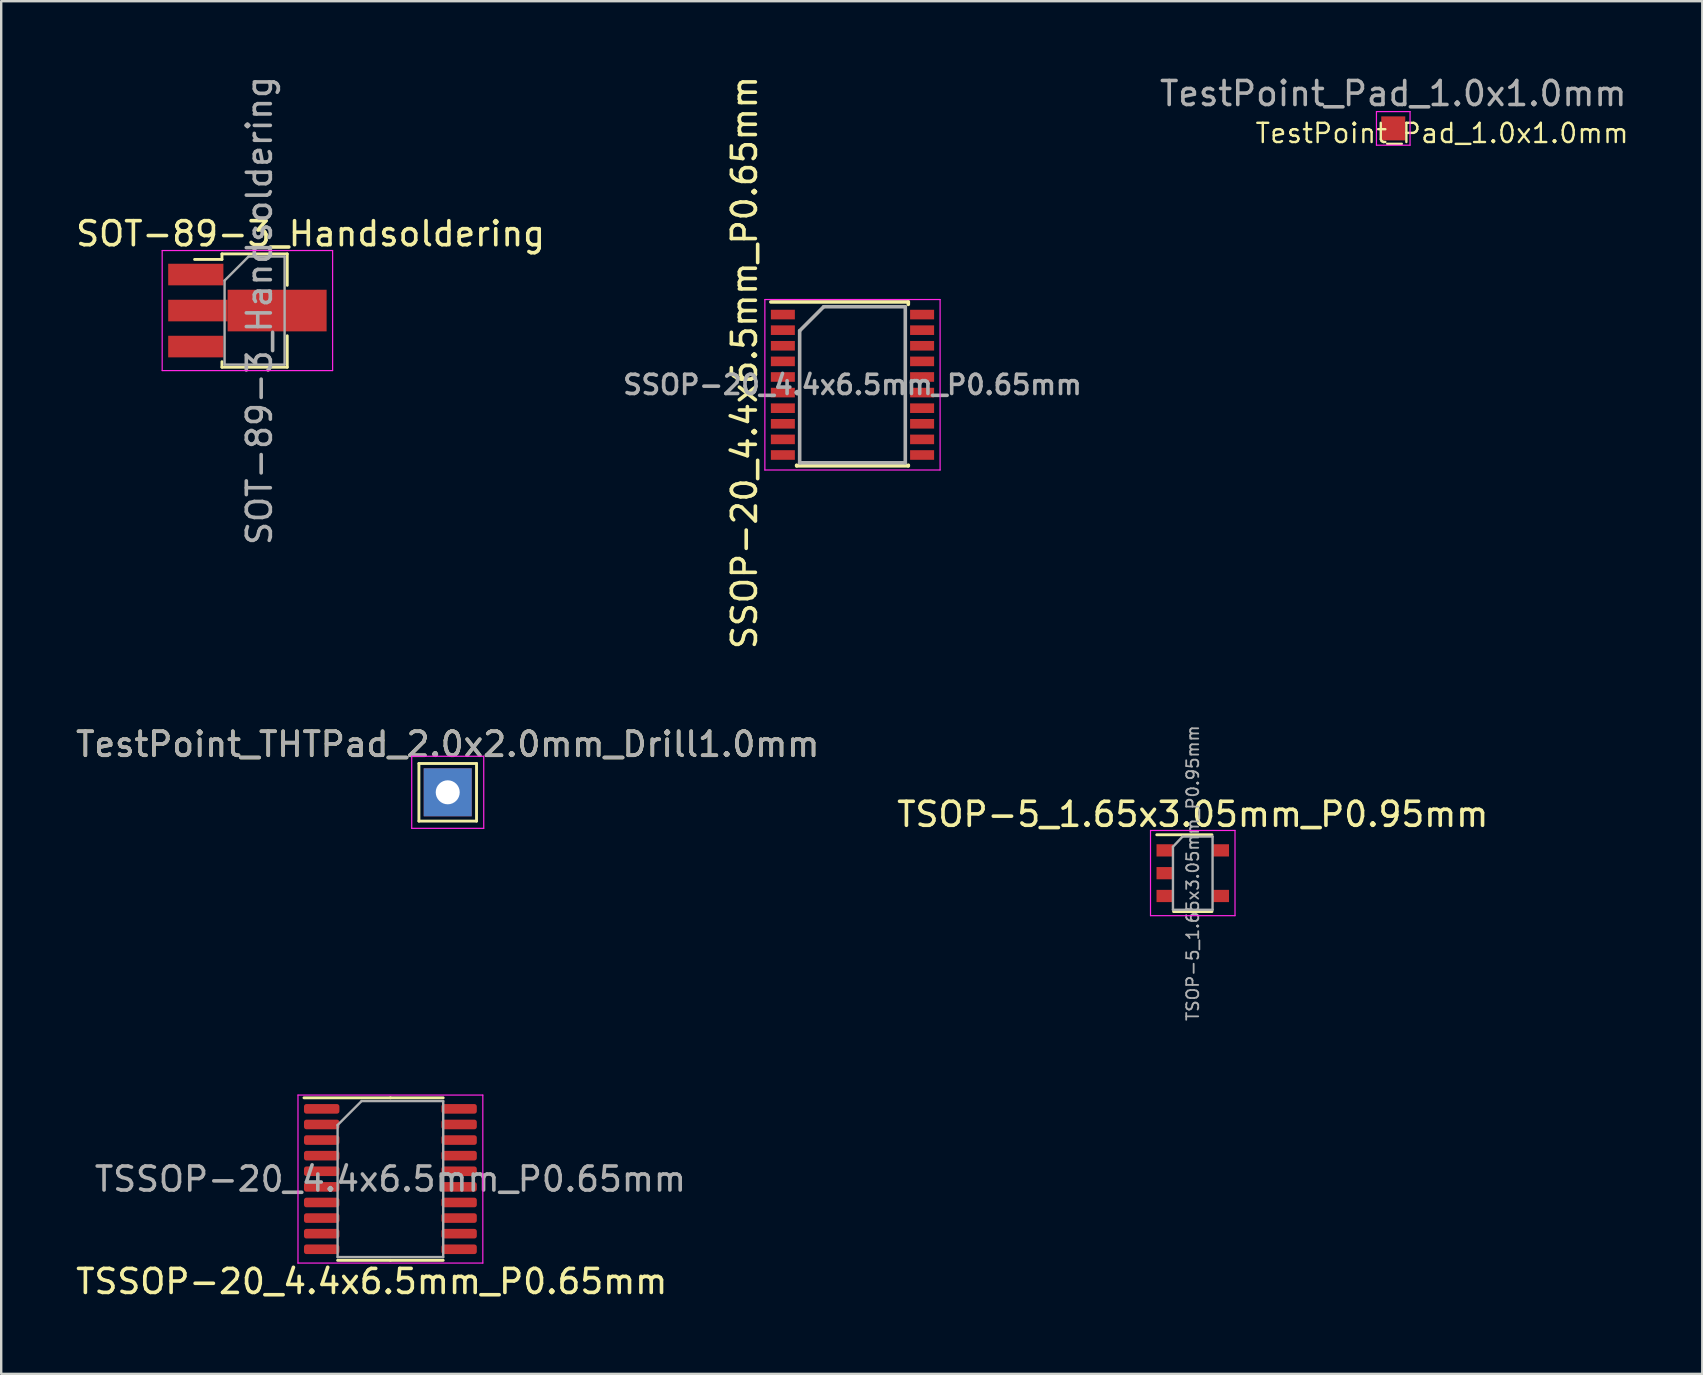
<source format=kicad_pcb>
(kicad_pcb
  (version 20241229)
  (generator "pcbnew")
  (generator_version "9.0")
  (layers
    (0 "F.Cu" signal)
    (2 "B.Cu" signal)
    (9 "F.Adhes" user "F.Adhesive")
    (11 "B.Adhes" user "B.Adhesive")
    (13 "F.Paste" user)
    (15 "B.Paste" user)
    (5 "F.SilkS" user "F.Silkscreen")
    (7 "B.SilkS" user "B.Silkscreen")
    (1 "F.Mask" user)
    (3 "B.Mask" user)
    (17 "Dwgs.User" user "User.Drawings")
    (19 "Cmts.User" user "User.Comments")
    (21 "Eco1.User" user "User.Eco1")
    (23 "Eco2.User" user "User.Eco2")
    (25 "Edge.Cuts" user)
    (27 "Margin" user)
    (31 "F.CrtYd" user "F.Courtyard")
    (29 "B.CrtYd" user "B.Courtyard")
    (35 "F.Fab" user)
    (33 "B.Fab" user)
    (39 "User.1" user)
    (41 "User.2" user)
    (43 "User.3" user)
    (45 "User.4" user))
  (footprint "TestPoint_THTPad_2.0x2.0mm_Drill1.0mm"
    (layer "F.Cu")
    (at 15.601 29.955)
    (property "Reference" "TestPoint_THTPad_2.0x2.0mm_Drill1.0mm" (at 0 -1.998 0) (layer "F.SilkS") (effects (font (size 1 1) (thickness 0.15))))
    (attr exclude_from_pos_files)
    (fp_line (start -1.2 -1.2) (end 1.2 -1.2) (stroke (width 0.12) (type solid)) (layer "F.SilkS"))
    (fp_line (start -1.2 1.2) (end -1.2 -1.2) (stroke (width 0.12) (type solid)) (layer "F.SilkS"))
    (fp_line (start 1.2 -1.2) (end 1.2 1.2) (stroke (width 0.12) (type solid)) (layer "F.SilkS"))
    (fp_line (start 1.2 1.2) (end -1.2 1.2) (stroke (width 0.12) (type solid)) (layer "F.SilkS"))
    (fp_line (start -1.5 -1.5) (end -1.5 1.5) (stroke (width 0.05) (type solid)) (layer "F.CrtYd"))
    (fp_line (start -1.5 -1.5) (end 1.5 -1.5) (stroke (width 0.05) (type solid)) (layer "F.CrtYd"))
    (fp_line (start 1.5 1.5) (end -1.5 1.5) (stroke (width 0.05) (type solid)) (layer "F.CrtYd"))
    (fp_line (start 1.5 1.5) (end 1.5 -1.5) (stroke (width 0.05) (type solid)) (layer "F.CrtYd"))
    (fp_text user "${REFERENCE}" (at 0 -2 0) (layer "F.Fab") (effects (font (size 1 1) (thickness 0.15))))
    (pad "1" thru_hole rect (at 0 0) (size 2 2) (drill 1) (layers "*.Cu" "*.Mask")))
  (footprint "TSOP-5_1.65x3.05mm_P0.95mm"
    (layer "F.Cu")
    (at 46.637 33.324)
    (property "Reference" "TSOP-5_1.65x3.05mm_P0.95mm" (at 0 -2.45 0) (layer "F.SilkS") (effects (font (size 1 1) (thickness 0.15))))
    (attr smd)
    (fp_line (start -0.8 1.6) (end 0.8 1.6) (stroke (width 0.12) (type solid)) (layer "F.SilkS"))
    (fp_line (start 0.8 -1.6) (end -1.5 -1.6) (stroke (width 0.12) (type solid)) (layer "F.SilkS"))
    (fp_line (start -1.76 -1.78) (end -1.76 1.77) (stroke (width 0.05) (type solid)) (layer "F.CrtYd"))
    (fp_line (start -1.76 -1.78) (end 1.76 -1.78) (stroke (width 0.05) (type solid)) (layer "F.CrtYd"))
    (fp_line (start 1.76 1.77) (end -1.76 1.77) (stroke (width 0.05) (type solid)) (layer "F.CrtYd"))
    (fp_line (start 1.76 1.77) (end 1.76 -1.78) (stroke (width 0.05) (type solid)) (layer "F.CrtYd"))
    (fp_line (start -0.825 -1.1) (end -0.825 1.525) (stroke (width 0.1) (type solid)) (layer "F.Fab"))
    (fp_line (start -0.825 -1.1) (end -0.425 -1.525) (stroke (width 0.1) (type solid)) (layer "F.Fab"))
    (fp_line (start 0.825 -1.525) (end -0.425 -1.525) (stroke (width 0.1) (type solid)) (layer "F.Fab"))
    (fp_line (start 0.825 -1.525) (end 0.825 1.525) (stroke (width 0.1) (type solid)) (layer "F.Fab"))
    (fp_line (start 0.825 1.525) (end -0.825 1.525) (stroke (width 0.1) (type solid)) (layer "F.Fab"))
    (fp_text user "${REFERENCE}" (at 0 0 90) (layer "F.Fab") (effects (font (size 0.5 0.5) (thickness 0.075))))
    (pad "1" smd rect (at -1.16 -0.95) (size 0.7 0.51) (layers "F.Cu" "F.Mask" "F.Paste"))
    (pad "2" smd rect (at -1.16 0) (size 0.7 0.51) (layers "F.Cu" "F.Mask" "F.Paste"))
    (pad "3" smd rect (at -1.16 0.95) (size 0.7 0.51) (layers "F.Cu" "F.Mask" "F.Paste"))
    (pad "4" smd rect (at 1.16 0.95) (size 0.7 0.51) (layers "F.Cu" "F.Mask" "F.Paste"))
    (pad "5" smd rect (at 1.16 -0.95) (size 0.7 0.51) (layers "F.Cu" "F.Mask" "F.Paste")))
  (footprint "TSSOP-20_4.4x6.5mm_P0.65mm"
    (layer "F.Cu")
    (at 13.213 46.067)
    (property "Reference" "TSSOP-20_4.4x6.5mm_P0.65mm" (at -0.778 4.267 180) (layer "F.SilkS") (effects (font (size 1 1) (thickness 0.15))))
    (attr smd allow_soldermask_bridges)
    (fp_line (start 0 -3.385) (end -3.6 -3.385) (stroke (width 0.12) (type solid)) (layer "F.SilkS"))
    (fp_line (start 0 -3.385) (end 2.2 -3.385) (stroke (width 0.12) (type solid)) (layer "F.SilkS"))
    (fp_line (start 0 3.385) (end -2.2 3.385) (stroke (width 0.12) (type solid)) (layer "F.SilkS"))
    (fp_line (start 0 3.385) (end 2.2 3.385) (stroke (width 0.12) (type solid)) (layer "F.SilkS"))
    (fp_line (start -3.85 -3.5) (end -3.85 3.5) (stroke (width 0.05) (type solid)) (layer "F.CrtYd"))
    (fp_line (start -3.85 3.5) (end 3.85 3.5) (stroke (width 0.05) (type solid)) (layer "F.CrtYd"))
    (fp_line (start 3.85 -3.5) (end -3.85 -3.5) (stroke (width 0.05) (type solid)) (layer "F.CrtYd"))
    (fp_line (start 3.85 3.5) (end 3.85 -3.5) (stroke (width 0.05) (type solid)) (layer "F.CrtYd"))
    (fp_line (start -2.2 -2.25) (end -1.2 -3.25) (stroke (width 0.1) (type solid)) (layer "F.Fab"))
    (fp_line (start -2.2 3.25) (end -2.2 -2.25) (stroke (width 0.1) (type solid)) (layer "F.Fab"))
    (fp_line (start -1.2 -3.25) (end 2.2 -3.25) (stroke (width 0.1) (type solid)) (layer "F.Fab"))
    (fp_line (start 2.2 -3.25) (end 2.2 3.25) (stroke (width 0.1) (type solid)) (layer "F.Fab"))
    (fp_line (start 2.2 3.25) (end -2.2 3.25) (stroke (width 0.1) (type solid)) (layer "F.Fab"))
    (fp_text user "${REFERENCE}" (at 0 0 0) (layer "F.Fab") (effects (font (size 1 1) (thickness 0.15))))
    (pad "1" smd roundrect (at -2.862 -2.925) (size 1.475 0.4) (layers "F.Cu" "F.Mask" "F.Paste") (roundrect_rratio 0.25))
    (pad "2" smd roundrect (at -2.862 -2.275) (size 1.475 0.4) (layers "F.Cu" "F.Mask" "F.Paste") (roundrect_rratio 0.25))
    (pad "3" smd roundrect (at -2.862 -1.625) (size 1.475 0.4) (layers "F.Cu" "F.Mask" "F.Paste") (roundrect_rratio 0.25))
    (pad "4" smd roundrect (at -2.862 -0.975) (size 1.475 0.4) (layers "F.Cu" "F.Mask" "F.Paste") (roundrect_rratio 0.25))
    (pad "5" smd roundrect (at -2.862 -0.325) (size 1.475 0.4) (layers "F.Cu" "F.Mask" "F.Paste") (roundrect_rratio 0.25))
    (pad "6" smd roundrect (at -2.862 0.325) (size 1.475 0.4) (layers "F.Cu" "F.Mask" "F.Paste") (roundrect_rratio 0.25))
    (pad "7" smd roundrect (at -2.862 0.975) (size 1.475 0.4) (layers "F.Cu" "F.Mask" "F.Paste") (roundrect_rratio 0.25))
    (pad "8" smd roundrect (at -2.862 1.625) (size 1.475 0.4) (layers "F.Cu" "F.Mask" "F.Paste") (roundrect_rratio 0.25))
    (pad "9" smd roundrect (at -2.862 2.275) (size 1.475 0.4) (layers "F.Cu" "F.Mask" "F.Paste") (roundrect_rratio 0.25))
    (pad "10" smd roundrect (at -2.862 2.925) (size 1.475 0.4) (layers "F.Cu" "F.Mask" "F.Paste") (roundrect_rratio 0.25))
    (pad "11" smd roundrect (at 2.862 2.925) (size 1.475 0.4) (layers "F.Cu" "F.Mask" "F.Paste") (roundrect_rratio 0.25))
    (pad "12" smd roundrect (at 2.862 2.275) (size 1.475 0.4) (layers "F.Cu" "F.Mask" "F.Paste") (roundrect_rratio 0.25))
    (pad "13" smd roundrect (at 2.862 1.625) (size 1.475 0.4) (layers "F.Cu" "F.Mask" "F.Paste") (roundrect_rratio 0.25))
    (pad "14" smd roundrect (at 2.862 0.975) (size 1.475 0.4) (layers "F.Cu" "F.Mask" "F.Paste") (roundrect_rratio 0.25))
    (pad "15" smd roundrect (at 2.862 0.325) (size 1.475 0.4) (layers "F.Cu" "F.Mask" "F.Paste") (roundrect_rratio 0.25))
    (pad "16" smd roundrect (at 2.862 -0.325) (size 1.475 0.4) (layers "F.Cu" "F.Mask" "F.Paste") (roundrect_rratio 0.25))
    (pad "17" smd roundrect (at 2.862 -0.975) (size 1.475 0.4) (layers "F.Cu" "F.Mask" "F.Paste") (roundrect_rratio 0.25))
    (pad "18" smd roundrect (at 2.862 -1.625) (size 1.475 0.4) (layers "F.Cu" "F.Mask" "F.Paste") (roundrect_rratio 0.25))
    (pad "19" smd roundrect (at 2.862 -2.275) (size 1.475 0.4) (layers "F.Cu" "F.Mask" "F.Paste") (roundrect_rratio 0.25))
    (pad "20" smd roundrect (at 2.862 -2.925) (size 1.475 0.4) (layers "F.Cu" "F.Mask" "F.Paste") (roundrect_rratio 0.25)))
  (footprint "SSOP-20_4.4x6.5mm_P0.65mm"
    (layer "F.Cu")
    (at 32.462 12.979)
    (property "Reference" "SSOP-20_4.4x6.5mm_P0.65mm" (at -4.5 -0.925 270) (layer "F.SilkS") (effects (font (size 1 1) (thickness 0.15))))
    (attr smd allow_soldermask_bridges)
    (fp_line (start -3.4 -3.45) (end 2.325 -3.45) (stroke (width 0.15) (type solid)) (layer "F.SilkS"))
    (fp_line (start -2.325 3.375) (end -2.325 3.35) (stroke (width 0.15) (type solid)) (layer "F.SilkS"))
    (fp_line (start -2.325 3.375) (end 2.325 3.375) (stroke (width 0.15) (type solid)) (layer "F.SilkS"))
    (fp_line (start 2.325 -3.45) (end 2.325 -3.35) (stroke (width 0.15) (type solid)) (layer "F.SilkS"))
    (fp_line (start 2.325 3.375) (end 2.325 3.35) (stroke (width 0.15) (type solid)) (layer "F.SilkS"))
    (fp_line (start -3.65 -3.55) (end -3.65 3.55) (stroke (width 0.05) (type solid)) (layer "F.CrtYd"))
    (fp_line (start -3.65 -3.55) (end 3.65 -3.55) (stroke (width 0.05) (type solid)) (layer "F.CrtYd"))
    (fp_line (start -3.65 3.55) (end 3.65 3.55) (stroke (width 0.05) (type solid)) (layer "F.CrtYd"))
    (fp_line (start 3.65 -3.55) (end 3.65 3.55) (stroke (width 0.05) (type solid)) (layer "F.CrtYd"))
    (fp_line (start -2.2 -2.25) (end -1.2 -3.25) (stroke (width 0.15) (type solid)) (layer "F.Fab"))
    (fp_line (start -2.2 3.25) (end -2.2 -2.25) (stroke (width 0.15) (type solid)) (layer "F.Fab"))
    (fp_line (start -1.2 -3.25) (end 2.2 -3.25) (stroke (width 0.15) (type solid)) (layer "F.Fab"))
    (fp_line (start 2.2 -3.25) (end 2.2 3.25) (stroke (width 0.15) (type solid)) (layer "F.Fab"))
    (fp_line (start 2.2 3.25) (end -2.2 3.25) (stroke (width 0.15) (type solid)) (layer "F.Fab"))
    (fp_text user "${REFERENCE}" (at 0 0 0) (layer "F.Fab") (effects (font (size 0.8 0.8) (thickness 0.15))))
    (pad "1" smd rect (at -2.9 -2.925) (size 1 0.4) (layers "F.Cu" "F.Mask" "F.Paste"))
    (pad "2" smd rect (at -2.9 -2.275) (size 1 0.4) (layers "F.Cu" "F.Mask" "F.Paste"))
    (pad "3" smd rect (at -2.9 -1.625) (size 1 0.4) (layers "F.Cu" "F.Mask" "F.Paste"))
    (pad "4" smd rect (at -2.9 -0.975) (size 1 0.4) (layers "F.Cu" "F.Mask" "F.Paste"))
    (pad "5" smd rect (at -2.9 -0.325) (size 1 0.4) (layers "F.Cu" "F.Mask" "F.Paste"))
    (pad "6" smd rect (at -2.9 0.325) (size 1 0.4) (layers "F.Cu" "F.Mask" "F.Paste"))
    (pad "7" smd rect (at -2.9 0.975) (size 1 0.4) (layers "F.Cu" "F.Mask" "F.Paste"))
    (pad "8" smd rect (at -2.9 1.625) (size 1 0.4) (layers "F.Cu" "F.Mask" "F.Paste"))
    (pad "9" smd rect (at -2.9 2.275) (size 1 0.4) (layers "F.Cu" "F.Mask" "F.Paste"))
    (pad "10" smd rect (at -2.9 2.925) (size 1 0.4) (layers "F.Cu" "F.Mask" "F.Paste"))
    (pad "11" smd rect (at 2.9 2.925) (size 1 0.4) (layers "F.Cu" "F.Mask" "F.Paste"))
    (pad "12" smd rect (at 2.9 2.275) (size 1 0.4) (layers "F.Cu" "F.Mask" "F.Paste"))
    (pad "13" smd rect (at 2.9 1.625) (size 1 0.4) (layers "F.Cu" "F.Mask" "F.Paste"))
    (pad "14" smd rect (at 2.9 0.975) (size 1 0.4) (layers "F.Cu" "F.Mask" "F.Paste"))
    (pad "15" smd rect (at 2.9 0.325) (size 1 0.4) (layers "F.Cu" "F.Mask" "F.Paste"))
    (pad "16" smd rect (at 2.9 -0.325) (size 1 0.4) (layers "F.Cu" "F.Mask" "F.Paste"))
    (pad "17" smd rect (at 2.9 -0.975) (size 1 0.4) (layers "F.Cu" "F.Mask" "F.Paste"))
    (pad "18" smd rect (at 2.9 -1.625) (size 1 0.4) (layers "F.Cu" "F.Mask" "F.Paste"))
    (pad "19" smd rect (at 2.9 -2.275) (size 1 0.4) (layers "F.Cu" "F.Mask" "F.Paste"))
    (pad "20" smd rect (at 2.9 -2.925) (size 1 0.4) (layers "F.Cu" "F.Mask" "F.Paste")))
  (footprint "SOT-89-3_Handsoldering"
    (layer "F.Cu")
    (at 7.256 9.887)
    (property "Reference" "SOT-89-3_Handsoldering" (at 2.631 -3.199 180) (layer "F.SilkS") (effects (font (size 1 1) (thickness 0.15))))
    (attr smd allow_soldermask_bridges)
    (fp_line (start -2.2 -2.13) (end -1.06 -2.13) (stroke (width 0.12) (type solid)) (layer "F.SilkS"))
    (fp_line (start -1.06 -2.36) (end -1.06 -2.13) (stroke (width 0.12) (type solid)) (layer "F.SilkS"))
    (fp_line (start -1.06 -2.36) (end 1.66 -2.36) (stroke (width 0.12) (type solid)) (layer "F.SilkS"))
    (fp_line (start -1.06 2.36) (end -1.06 2.13) (stroke (width 0.12) (type solid)) (layer "F.SilkS"))
    (fp_line (start 1.66 -2.36) (end 1.66 -1.05) (stroke (width 0.12) (type solid)) (layer "F.SilkS"))
    (fp_line (start 1.66 1.05) (end 1.66 2.36) (stroke (width 0.12) (type solid)) (layer "F.SilkS"))
    (fp_line (start 1.66 2.36) (end -1.06 2.36) (stroke (width 0.12) (type solid)) (layer "F.SilkS"))
    (fp_line (start -3.55 2.5) (end -3.55 -2.5) (stroke (width 0.05) (type solid)) (layer "F.CrtYd"))
    (fp_line (start -3.55 2.5) (end 3.55 2.5) (stroke (width 0.05) (type solid)) (layer "F.CrtYd"))
    (fp_line (start 3.55 -2.5) (end -3.55 -2.5) (stroke (width 0.05) (type solid)) (layer "F.CrtYd"))
    (fp_line (start 3.55 -2.5) (end 3.55 2.5) (stroke (width 0.05) (type solid)) (layer "F.CrtYd"))
    (fp_line (start -0.95 -1.25) (end 0.05 -2.25) (stroke (width 0.1) (type solid)) (layer "F.Fab"))
    (fp_line (start -0.95 2.25) (end -0.95 -1.25) (stroke (width 0.1) (type solid)) (layer "F.Fab"))
    (fp_line (start 0.05 -2.25) (end 1.55 -2.25) (stroke (width 0.1) (type solid)) (layer "F.Fab"))
    (fp_line (start 1.55 -2.25) (end 1.55 2.25) (stroke (width 0.1) (type solid)) (layer "F.Fab"))
    (fp_line (start 1.55 2.25) (end -0.95 2.25) (stroke (width 0.1) (type solid)) (layer "F.Fab"))
    (fp_text user "${REFERENCE}" (at 0.5 0 90) (layer "F.Fab") (effects (font (size 1 1) (thickness 0.15))))
    (pad "1" smd rect (at -2.15 -1.5) (size 2.3 0.9) (layers "F.Cu" "F.Mask" "F.Paste"))
    (pad "2" smd custom (at -2.062 0) (size 2.475 0.9) (layers "F.Cu" "F.Mask" "F.Paste") (options (anchor rect)) (primitives (gr_poly (pts (xy 5.362 0.867) (xy 1.238 0.867) (xy 1.238 -0.867) (xy 5.362 -0.867)) (width 0) (fill yes))))
    (pad "3" smd rect (at -2.15 1.5) (size 2.3 0.9) (layers "F.Cu" "F.Mask" "F.Paste")))
  (footprint "TestPoint_Pad_1.0x1.0mm"
    (layer "F.Cu")
    (at 54.989 2.298)
    (property "Reference" "TestPoint_Pad_1.0x1.0mm" (at 2.032 0.203 0) (layer "F.SilkS") (effects (font (size 0.8 0.8) (thickness 0.1))))
    (attr exclude_from_pos_files)
    (fp_line (start -0.7 -0.7) (end 0.7 -0.7) (stroke (width 0.05) (type solid)) (layer "F.CrtYd"))
    (fp_line (start -0.7 0.7) (end -0.7 -0.7) (stroke (width 0.05) (type solid)) (layer "F.CrtYd"))
    (fp_line (start 0.7 -0.7) (end 0.7 0.7) (stroke (width 0.05) (type solid)) (layer "F.CrtYd"))
    (fp_line (start 0.7 0.7) (end -0.7 0.7) (stroke (width 0.05) (type solid)) (layer "F.CrtYd"))
    (fp_text user "${REFERENCE}" (at 0 -1.45 0) (layer "F.Fab") (effects (font (size 1 1) (thickness 0.15))))
    (pad "1" smd rect (at 0 0) (size 1 1) (layers "F.Cu" "F.Mask")))
  (gr_rect
    (start -3 -3)
    (end 67.862 54.182)
    (stroke (width 0.1) (type default))
    (fill no)
    (layer "Edge.Cuts")))
</source>
